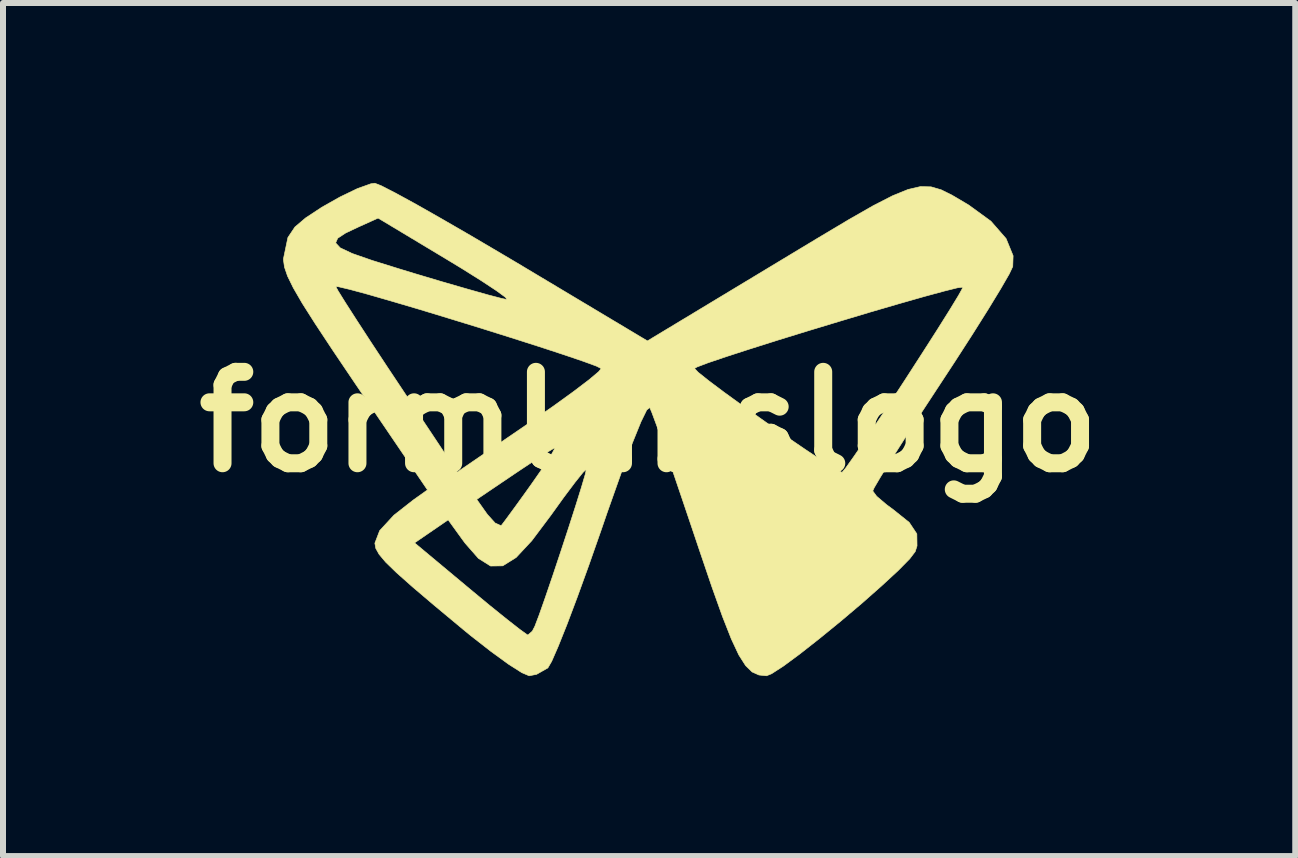
<source format=kicad_pcb>
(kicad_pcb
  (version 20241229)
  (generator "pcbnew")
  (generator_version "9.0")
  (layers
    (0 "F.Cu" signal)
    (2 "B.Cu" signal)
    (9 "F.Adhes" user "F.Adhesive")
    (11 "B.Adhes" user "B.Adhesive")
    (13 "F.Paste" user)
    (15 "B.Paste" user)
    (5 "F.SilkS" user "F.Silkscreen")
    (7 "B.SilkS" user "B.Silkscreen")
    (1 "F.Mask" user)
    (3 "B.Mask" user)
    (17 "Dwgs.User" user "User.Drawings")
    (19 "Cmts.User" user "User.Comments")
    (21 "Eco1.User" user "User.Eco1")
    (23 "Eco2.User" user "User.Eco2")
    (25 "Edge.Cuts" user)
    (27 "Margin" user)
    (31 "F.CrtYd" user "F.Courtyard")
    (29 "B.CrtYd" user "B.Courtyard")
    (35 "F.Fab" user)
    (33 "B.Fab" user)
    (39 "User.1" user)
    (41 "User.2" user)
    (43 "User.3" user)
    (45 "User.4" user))
  (footprint "formlabslogo"
    (layer "F.Cu")
    (at 7.772 3.984)
    (property "Reference" "formlabslogo" (at 0 0 0) (layer "F.SilkS") (effects (font (size 1.524 1.524) (thickness 0.3))))
    (attr through_hole)
    (fp_poly (pts (xy -4.465 -3.937) (xy -4.233 -3.818) (xy -3.894 -3.633) (xy -3.468 -3.391) (xy -2.973 -3.105) (xy -2.43 -2.785) (xy -2.227 -2.665) (xy -0.028 -1.35) (xy 2.163 -2.672) (xy 2.808 -3.061) (xy 3.326 -3.37) (xy 3.737 -3.605) (xy 4.061 -3.771) (xy 4.317 -3.875) (xy 4.523 -3.923) (xy 4.701 -3.919) (xy 4.869 -3.87) (xy 5.047 -3.782) (xy 5.254 -3.66) (xy 5.328 -3.616) (xy 5.699 -3.346) (xy 5.952 -3.056) (xy 6.069 -2.77) (xy 6.063 -2.59) (xy 6.004 -2.465) (xy 5.863 -2.221) (xy 5.656 -1.881) (xy 5.395 -1.466) (xy 5.094 -0.999) (xy 4.869 -0.656) (xy 4.553 -0.174) (xy 4.27 0.263) (xy 4.034 0.635) (xy 3.857 0.92) (xy 3.752 1.099) (xy 3.729 1.152) (xy 3.794 1.24) (xy 3.959 1.38) (xy 4.07 1.462) (xy 4.337 1.676) (xy 4.464 1.867) (xy 4.467 2.068) (xy 4.437 2.162) (xy 4.346 2.282) (xy 4.151 2.48) (xy 3.877 2.733) (xy 3.551 3.021) (xy 3.198 3.32) (xy 2.844 3.609) (xy 2.516 3.867) (xy 2.24 4.071) (xy 2.042 4.199) (xy 1.958 4.233) (xy 1.831 4.22) (xy 1.717 4.169) (xy 1.609 4.063) (xy 1.496 3.886) (xy 1.371 3.619) (xy 1.224 3.246) (xy 1.047 2.75) (xy 0.831 2.114) (xy 0.768 1.926) (xy 0.578 1.363) (xy 0.404 0.85) (xy 0.251 0.41) (xy 0.129 0.067) (xy 0.045 -0.159) (xy 0.011 -0.239) (xy -0.039 -0.199) (xy -0.136 -0.001) (xy -0.279 0.352) (xy -0.467 0.857) (xy -0.698 1.509) (xy -0.801 1.809) (xy -1.004 2.388) (xy -1.196 2.918) (xy -1.369 3.377) (xy -1.515 3.742) (xy -1.624 3.992) (xy -1.688 4.102) (xy -1.876 4.209) (xy -2 4.233) (xy -2.122 4.181) (xy -2.345 4.039) (xy -2.639 3.825) (xy -2.977 3.561) (xy -3.094 3.465) (xy -3.578 3.062) (xy -3.945 2.75) (xy -4.212 2.513) (xy -4.392 2.338) (xy -4.502 2.207) (xy -4.557 2.108) (xy -4.572 2.023) (xy -4.572 2.021) (xy -4.57 2.017) (xy -3.91 2.017) (xy -2.992 2.783) (xy -2.659 3.059) (xy -2.371 3.291) (xy -2.155 3.46) (xy -2.035 3.546) (xy -2.02 3.553) (xy -1.947 3.489) (xy -1.905 3.408) (xy -1.832 3.216) (xy -1.729 2.923) (xy -1.606 2.563) (xy -1.474 2.167) (xy -1.343 1.768) (xy -1.224 1.398) (xy -1.128 1.09) (xy -1.065 0.876) (xy -1.046 0.789) (xy -1.046 0.789) (xy -1.102 0.842) (xy -1.235 1.008) (xy -1.425 1.261) (xy -1.637 1.556) (xy -1.956 1.981) (xy -2.217 2.261) (xy -2.44 2.4) (xy -2.643 2.403) (xy -2.845 2.276) (xy -3.066 2.024) (xy -3.117 1.955) (xy -3.35 1.633) (xy -3.63 1.825) (xy -3.91 2.017) (xy -4.57 2.017) (xy -4.492 1.813) (xy -4.255 1.556) (xy -3.939 1.308) (xy -3.917 1.292) (xy -2.874 1.292) (xy -2.697 1.542) (xy -2.567 1.686) (xy -2.472 1.729) (xy -2.459 1.721) (xy -2.386 1.624) (xy -2.24 1.425) (xy -2.048 1.159) (xy -1.954 1.027) (xy -1.767 0.759) (xy -1.635 0.556) (xy -1.575 0.446) (xy -1.579 0.435) (xy -1.678 0.494) (xy -1.88 0.624) (xy -2.148 0.802) (xy -2.263 0.879) (xy -2.874 1.292) (xy -3.917 1.292) (xy -3.695 1.134) (xy -4.896 -0.634) (xy -5.275 -1.196) (xy -5.567 -1.638) (xy -5.783 -1.978) (xy -5.933 -2.237) (xy -5.942 -2.256) (xy -5.223 -2.256) (xy -5.184 -2.183) (xy -5.064 -1.99) (xy -4.876 -1.697) (xy -4.634 -1.325) (xy -4.35 -0.894) (xy -4.22 -0.699) (xy -3.198 0.837) (xy -1.997 0.016) (xy -1.604 -0.257) (xy -1.265 -0.502) (xy -1.003 -0.701) (xy -0.841 -0.837) (xy -0.799 -0.889) (xy -0.804 -0.892) (xy 0.757 -0.892) (xy 0.818 -0.827) (xy 0.992 -0.688) (xy 1.253 -0.492) (xy 1.573 -0.26) (xy 1.925 -0.01) (xy 2.282 0.24) (xy 2.617 0.468) (xy 2.902 0.657) (xy 3.111 0.788) (xy 3.216 0.841) (xy 3.217 0.841) (xy 3.274 0.774) (xy 3.408 0.586) (xy 3.607 0.296) (xy 3.855 -0.074) (xy 4.139 -0.505) (xy 4.259 -0.688) (xy 4.55 -1.139) (xy 4.806 -1.539) (xy 5.013 -1.869) (xy 5.158 -2.107) (xy 5.228 -2.233) (xy 5.232 -2.247) (xy 5.142 -2.236) (xy 4.917 -2.18) (xy 4.582 -2.089) (xy 4.161 -1.969) (xy 3.681 -1.829) (xy 3.168 -1.675) (xy 2.646 -1.517) (xy 2.14 -1.361) (xy 1.678 -1.215) (xy 1.283 -1.087) (xy 0.982 -0.985) (xy 0.8 -0.916) (xy 0.757 -0.892) (xy -0.804 -0.892) (xy -0.876 -0.929) (xy -1.091 -1.008) (xy -1.417 -1.119) (xy -1.829 -1.254) (xy -2.302 -1.405) (xy -2.811 -1.565) (xy -3.329 -1.724) (xy -3.832 -1.877) (xy -4.293 -2.013) (xy -4.688 -2.127) (xy -4.991 -2.209) (xy -5.177 -2.253) (xy -5.223 -2.256) (xy -5.942 -2.256) (xy -6.028 -2.431) (xy -6.079 -2.58) (xy -6.096 -2.701) (xy -6.096 -2.72) (xy -6.041 -2.984) (xy -5.226 -2.984) (xy -5.15 -2.902) (xy -4.951 -2.808) (xy -4.618 -2.692) (xy -4.139 -2.543) (xy -3.916 -2.475) (xy -3.446 -2.335) (xy -3.027 -2.214) (xy -2.687 -2.118) (xy -2.457 -2.058) (xy -2.371 -2.04) (xy -2.395 -2.078) (xy -2.544 -2.187) (xy -2.797 -2.354) (xy -3.132 -2.564) (xy -3.381 -2.715) (xy -4.518 -3.398) (xy -4.842 -3.252) (xy -5.06 -3.149) (xy -5.192 -3.062) (xy -5.226 -2.984) (xy -6.041 -2.984) (xy -6.022 -3.074) (xy -5.905 -3.249) (xy -5.726 -3.401) (xy -5.459 -3.577) (xy -5.155 -3.749) (xy -4.865 -3.889) (xy -4.639 -3.97) (xy -4.572 -3.979) (xy -4.465 -3.937)) (stroke (width 0.01) (type solid)) (fill yes) (layer "F.SilkS")))
  (gr_rect
    (start -3 -3)
    (end 18.545 11.223)
    (stroke (width 0.1) (type default))
    (fill no)
    (layer "Edge.Cuts")))
</source>
